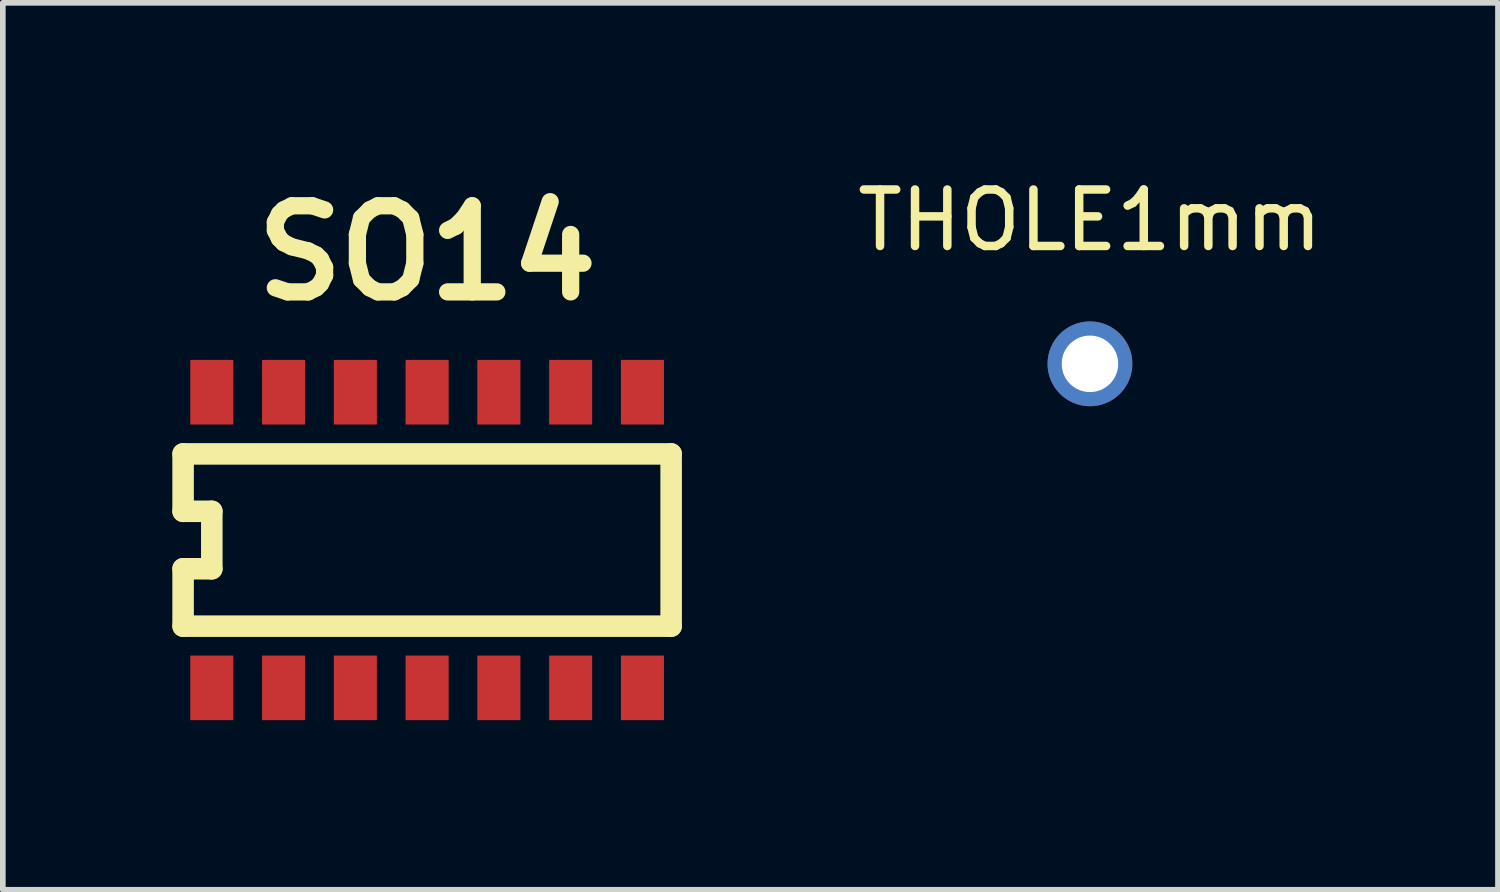
<source format=kicad_pcb>
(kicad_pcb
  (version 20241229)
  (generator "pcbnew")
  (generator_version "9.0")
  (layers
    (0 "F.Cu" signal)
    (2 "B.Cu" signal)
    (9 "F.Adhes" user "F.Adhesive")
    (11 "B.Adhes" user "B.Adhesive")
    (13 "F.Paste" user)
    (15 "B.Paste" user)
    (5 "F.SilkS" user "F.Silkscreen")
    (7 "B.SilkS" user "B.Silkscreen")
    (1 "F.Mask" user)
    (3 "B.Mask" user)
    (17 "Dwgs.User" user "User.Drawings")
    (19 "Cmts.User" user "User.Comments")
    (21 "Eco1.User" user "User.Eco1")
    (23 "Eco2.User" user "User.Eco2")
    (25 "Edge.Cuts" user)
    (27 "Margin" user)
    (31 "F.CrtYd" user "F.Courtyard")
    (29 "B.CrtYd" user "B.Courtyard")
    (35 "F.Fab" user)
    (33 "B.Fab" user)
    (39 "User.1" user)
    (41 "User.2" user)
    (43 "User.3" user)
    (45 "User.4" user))
  (footprint "SO14"
    (layer "F.Cu")
    (at 4.508 6.506)
    (property "Reference" "SO14" (at 0 -5.08 0) (layer "F.SilkS") (effects (font (size 1.524 1.524) (thickness 0.305))))
    (attr through_hole)
    (fp_line (start -4.318 -1.524) (end -4.318 -0.508) (stroke (width 0.381) (type solid)) (layer "F.SilkS"))
    (fp_line (start -4.318 -0.508) (end -3.81 -0.508) (stroke (width 0.381) (type solid)) (layer "F.SilkS"))
    (fp_line (start -4.318 0.508) (end -4.318 1.524) (stroke (width 0.381) (type solid)) (layer "F.SilkS"))
    (fp_line (start -4.318 1.524) (end 4.318 1.524) (stroke (width 0.381) (type solid)) (layer "F.SilkS"))
    (fp_line (start -3.81 -0.508) (end -3.81 0.508) (stroke (width 0.381) (type solid)) (layer "F.SilkS"))
    (fp_line (start -3.81 0.508) (end -4.318 0.508) (stroke (width 0.381) (type solid)) (layer "F.SilkS"))
    (fp_line (start 4.318 -1.524) (end -4.318 -1.524) (stroke (width 0.381) (type solid)) (layer "F.SilkS"))
    (fp_line (start 4.318 1.524) (end 4.318 -1.524) (stroke (width 0.381) (type solid)) (layer "F.SilkS"))
    (pad "1" smd rect (at -3.81 2.616) (size 0.762 1.143) (layers "F.Cu" "F.Mask" "F.Paste"))
    (pad "2" smd rect (at -2.54 2.616) (size 0.762 1.143) (layers "F.Cu" "F.Mask" "F.Paste"))
    (pad "3" smd rect (at -1.27 2.616) (size 0.762 1.143) (layers "F.Cu" "F.Mask" "F.Paste"))
    (pad "4" smd rect (at 0 2.616) (size 0.762 1.143) (layers "F.Cu" "F.Mask" "F.Paste"))
    (pad "5" smd rect (at 1.27 2.616) (size 0.762 1.143) (layers "F.Cu" "F.Mask" "F.Paste"))
    (pad "6" smd rect (at 2.54 2.616) (size 0.762 1.143) (layers "F.Cu" "F.Mask" "F.Paste"))
    (pad "7" smd rect (at 3.81 2.616) (size 0.762 1.143) (layers "F.Cu" "F.Mask" "F.Paste"))
    (pad "8" smd rect (at 3.81 -2.616) (size 0.762 1.143) (layers "F.Cu" "F.Mask" "F.Paste"))
    (pad "9" smd rect (at 2.54 -2.616) (size 0.762 1.143) (layers "F.Cu" "F.Mask" "F.Paste"))
    (pad "10" smd rect (at 1.27 -2.616) (size 0.762 1.143) (layers "F.Cu" "F.Mask" "F.Paste"))
    (pad "11" smd rect (at 0 -2.616) (size 0.762 1.143) (layers "F.Cu" "F.Mask" "F.Paste"))
    (pad "12" smd rect (at -1.27 -2.616) (size 0.762 1.143) (layers "F.Cu" "F.Mask" "F.Paste"))
    (pad "13" smd rect (at -2.54 -2.616) (size 0.762 1.143) (layers "F.Cu" "F.Mask" "F.Paste"))
    (pad "14" smd rect (at -3.81 -2.616) (size 0.762 1.143) (layers "F.Cu" "F.Mask" "F.Paste")))
  (footprint "THOLE1mm"
    (layer "F.Cu")
    (at 16.237 3.388)
    (property "Reference" "THOLE1mm" (at 0 -2.54 0) (layer "F.SilkS") (effects (font (size 1 1) (thickness 0.15))))
    (attr through_hole)
    (pad "1" thru_hole circle (at 0 0) (size 1.5 1.5) (drill 1) (layers "*.Cu" "*.Mask")))
  (gr_rect
    (start -3 -3)
    (end 23.457 12.694)
    (stroke (width 0.1) (type default))
    (fill no)
    (layer "Edge.Cuts")))
</source>
